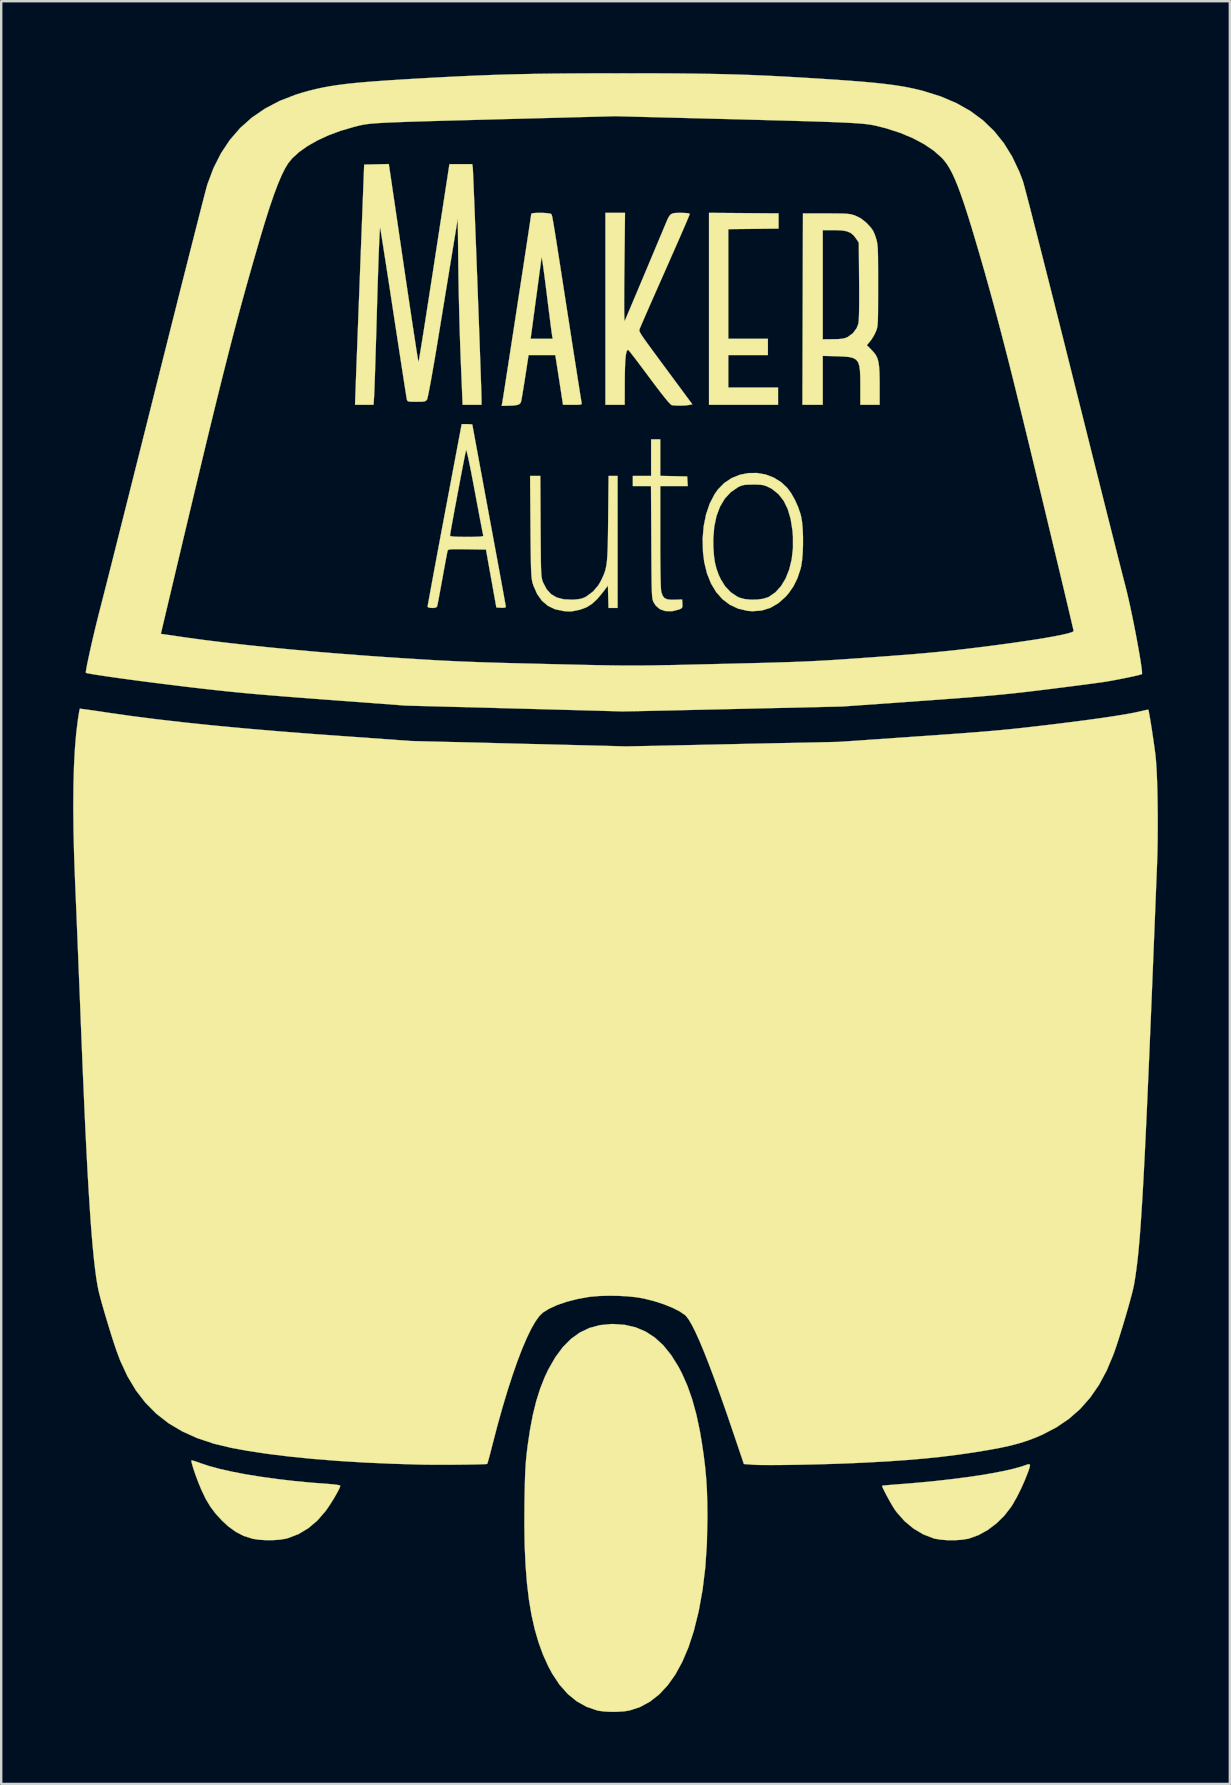
<source format=kicad_pcb>
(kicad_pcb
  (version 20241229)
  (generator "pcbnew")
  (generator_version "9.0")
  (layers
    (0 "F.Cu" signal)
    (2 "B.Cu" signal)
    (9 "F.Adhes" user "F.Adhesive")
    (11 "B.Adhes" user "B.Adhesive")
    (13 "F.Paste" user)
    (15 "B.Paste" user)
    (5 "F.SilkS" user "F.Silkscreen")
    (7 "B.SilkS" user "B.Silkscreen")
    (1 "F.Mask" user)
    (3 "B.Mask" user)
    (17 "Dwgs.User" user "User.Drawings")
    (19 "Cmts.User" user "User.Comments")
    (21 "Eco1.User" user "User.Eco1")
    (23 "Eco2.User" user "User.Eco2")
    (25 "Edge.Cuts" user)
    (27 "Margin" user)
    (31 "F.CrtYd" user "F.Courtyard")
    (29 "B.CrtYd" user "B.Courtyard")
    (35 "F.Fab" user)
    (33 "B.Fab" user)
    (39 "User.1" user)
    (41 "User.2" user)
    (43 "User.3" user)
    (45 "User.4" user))
  (footprint "ma_silk"
    (layer "F.Cu")
    (at 22.606 34.143)
    (property "Reference" "ma_silk" (at 0 0 0) (layer "F.SilkS") (effects (font (size 1.524 1.524) (thickness 0.3))))
    (attr through_hole)
    (fp_poly (pts (xy 6.795 -28.3) (xy 6.795 -27.665) (xy 4.699 -27.642) (xy 4.699 -23.072) (xy 6.35 -23.072) (xy 6.35 -22.394) (xy 4.699 -22.394) (xy 4.699 -21.04) (xy 6.773 -21.04) (xy 6.773 -20.32) (xy 3.895 -20.32) (xy 3.895 -28.322) (xy 6.795 -28.3)) (stroke (width 0.01) (type solid)) (fill yes) (layer "F.SilkS"))
    (fp_poly (pts (xy 1.863 -17.359) (xy 2.424 -17.347) (xy 2.985 -17.335) (xy 2.997 -17.134) (xy 3.01 -16.933) (xy 1.863 -16.933) (xy 1.863 -14.806) (xy 1.864 -14.263) (xy 1.867 -13.787) (xy 1.871 -13.382) (xy 1.878 -13.05) (xy 1.886 -12.795) (xy 1.895 -12.618) (xy 1.907 -12.523) (xy 1.908 -12.517) (xy 1.964 -12.364) (xy 2.039 -12.266) (xy 2.153 -12.214) (xy 2.322 -12.195) (xy 2.447 -12.196) (xy 2.773 -12.206) (xy 2.786 -12.029) (xy 2.788 -11.914) (xy 2.762 -11.851) (xy 2.69 -11.807) (xy 2.659 -11.794) (xy 2.375 -11.72) (xy 2.089 -11.723) (xy 2.061 -11.727) (xy 1.844 -11.805) (xy 1.674 -11.953) (xy 1.587 -12.089) (xy 1.569 -12.128) (xy 1.554 -12.172) (xy 1.541 -12.227) (xy 1.53 -12.302) (xy 1.521 -12.403) (xy 1.514 -12.537) (xy 1.508 -12.711) (xy 1.504 -12.932) (xy 1.5 -13.207) (xy 1.497 -13.544) (xy 1.494 -13.949) (xy 1.491 -14.429) (xy 1.491 -14.594) (xy 1.478 -16.933) (xy 0.72 -16.933) (xy 0.72 -17.357) (xy 1.482 -17.357) (xy 1.482 -18.881) (xy 1.863 -18.881) (xy 1.863 -17.359)) (stroke (width 0.01) (type solid)) (fill yes) (layer "F.SilkS"))
    (fp_poly (pts (xy -17.632 23.68) (xy -17.527 23.711) (xy -17.381 23.761) (xy -17.312 23.787) (xy -16.942 23.911) (xy -16.496 24.032) (xy -15.983 24.147) (xy -15.409 24.257) (xy -14.785 24.358) (xy -14.117 24.451) (xy -13.415 24.533) (xy -12.687 24.603) (xy -11.94 24.66) (xy -11.906 24.663) (xy -11.723 24.679) (xy -11.579 24.699) (xy -11.491 24.72) (xy -11.472 24.734) (xy -11.495 24.807) (xy -11.556 24.935) (xy -11.646 25.1) (xy -11.755 25.288) (xy -11.876 25.481) (xy -11.997 25.663) (xy -12.093 25.797) (xy -12.43 26.184) (xy -12.805 26.502) (xy -13.212 26.746) (xy -13.646 26.913) (xy -13.759 26.943) (xy -13.997 26.981) (xy -14.284 27) (xy -14.589 27) (xy -14.878 26.981) (xy -15.119 26.944) (xy -15.134 26.94) (xy -15.496 26.825) (xy -15.828 26.655) (xy -16.148 26.422) (xy -16.404 26.185) (xy -16.665 25.901) (xy -16.885 25.609) (xy -17.078 25.288) (xy -17.257 24.915) (xy -17.347 24.701) (xy -17.438 24.468) (xy -17.521 24.241) (xy -17.591 24.035) (xy -17.643 23.862) (xy -17.674 23.738) (xy -17.679 23.677) (xy -17.677 23.674) (xy -17.632 23.68)) (stroke (width 0.01) (type solid)) (fill yes) (layer "F.SilkS"))
    (fp_poly (pts (xy 17.274 23.882) (xy 17.254 23.982) (xy 17.197 24.149) (xy 17.185 24.183) (xy 17.052 24.518) (xy 16.896 24.866) (xy 16.73 25.198) (xy 16.566 25.489) (xy 16.489 25.612) (xy 16.206 25.978) (xy 15.875 26.303) (xy 15.51 26.578) (xy 15.127 26.79) (xy 14.738 26.931) (xy 14.69 26.943) (xy 14.44 26.983) (xy 14.147 27.003) (xy 13.84 27.002) (xy 13.55 26.98) (xy 13.305 26.939) (xy 13.262 26.927) (xy 12.825 26.759) (xy 12.415 26.515) (xy 12.041 26.203) (xy 11.712 25.83) (xy 11.664 25.764) (xy 11.589 25.65) (xy 11.499 25.5) (xy 11.402 25.33) (xy 11.306 25.155) (xy 11.221 24.991) (xy 11.154 24.856) (xy 11.116 24.764) (xy 11.11 24.732) (xy 11.154 24.726) (xy 11.269 24.714) (xy 11.442 24.699) (xy 11.66 24.681) (xy 11.91 24.661) (xy 11.933 24.66) (xy 12.646 24.601) (xy 13.337 24.534) (xy 13.997 24.459) (xy 14.621 24.379) (xy 15.2 24.295) (xy 15.728 24.206) (xy 16.197 24.115) (xy 16.6 24.022) (xy 16.93 23.929) (xy 17.083 23.875) (xy 17.192 23.839) (xy 17.255 23.838) (xy 17.274 23.882)) (stroke (width 0.01) (type solid)) (fill yes) (layer "F.SilkS"))
    (fp_poly (pts (xy -3.124 -15.251) (xy -3.121 -14.774) (xy -3.118 -14.375) (xy -3.115 -14.045) (xy -3.112 -13.776) (xy -3.107 -13.561) (xy -3.101 -13.392) (xy -3.093 -13.261) (xy -3.084 -13.161) (xy -3.071 -13.083) (xy -3.056 -13.02) (xy -3.038 -12.964) (xy -3.016 -12.908) (xy -3.011 -12.896) (xy -2.869 -12.628) (xy -2.684 -12.427) (xy -2.45 -12.29) (xy -2.162 -12.215) (xy -1.816 -12.198) (xy -1.757 -12.2) (xy -1.556 -12.217) (xy -1.408 -12.246) (xy -1.283 -12.296) (xy -1.214 -12.334) (xy -0.931 -12.545) (xy -0.707 -12.813) (xy -0.592 -13.019) (xy -0.531 -13.151) (xy -0.479 -13.272) (xy -0.437 -13.392) (xy -0.404 -13.52) (xy -0.377 -13.665) (xy -0.356 -13.836) (xy -0.341 -14.043) (xy -0.329 -14.294) (xy -0.321 -14.599) (xy -0.315 -14.967) (xy -0.309 -15.408) (xy -0.308 -15.589) (xy -0.29 -17.357) (xy 0.085 -17.357) (xy 0.085 -11.853) (xy -0.294 -11.853) (xy -0.306 -12.32) (xy -0.318 -12.786) (xy -0.543 -12.49) (xy -0.767 -12.222) (xy -0.985 -12.022) (xy -1.216 -11.879) (xy -1.48 -11.781) (xy -1.798 -11.716) (xy -1.841 -11.71) (xy -1.929 -11.708) (xy -2.065 -11.715) (xy -2.18 -11.726) (xy -2.525 -11.801) (xy -2.82 -11.942) (xy -3.067 -12.152) (xy -3.267 -12.432) (xy -3.421 -12.782) (xy -3.459 -12.9) (xy -3.475 -12.966) (xy -3.489 -13.046) (xy -3.501 -13.148) (xy -3.511 -13.279) (xy -3.519 -13.446) (xy -3.526 -13.658) (xy -3.531 -13.923) (xy -3.536 -14.247) (xy -3.541 -14.638) (xy -3.545 -15.104) (xy -3.546 -15.251) (xy -3.562 -17.357) (xy -3.136 -17.357) (xy -3.124 -15.251)) (stroke (width 0.01) (type solid)) (fill yes) (layer "F.SilkS"))
    (fp_poly (pts (xy 0.386 18.026) (xy 0.838 18.131) (xy 1.254 18.307) (xy 1.638 18.557) (xy 1.992 18.883) (xy 2.318 19.286) (xy 2.62 19.768) (xy 2.765 20.045) (xy 2.996 20.567) (xy 3.197 21.14) (xy 3.37 21.771) (xy 3.518 22.471) (xy 3.598 22.945) (xy 3.675 23.471) (xy 3.734 23.958) (xy 3.778 24.428) (xy 3.807 24.906) (xy 3.823 25.416) (xy 3.829 25.983) (xy 3.829 26.077) (xy 3.807 27.138) (xy 3.741 28.132) (xy 3.628 29.064) (xy 3.47 29.942) (xy 3.266 30.77) (xy 3.257 30.8) (xy 3.037 31.471) (xy 2.782 32.071) (xy 2.494 32.598) (xy 2.172 33.051) (xy 1.82 33.429) (xy 1.436 33.73) (xy 1.023 33.954) (xy 0.592 34.097) (xy 0.366 34.134) (xy 0.09 34.153) (xy -0.202 34.156) (xy -0.481 34.141) (xy -0.716 34.109) (xy -0.762 34.099) (xy -1.205 33.948) (xy -1.614 33.72) (xy -1.989 33.414) (xy -2.33 33.031) (xy -2.637 32.57) (xy -2.807 32.253) (xy -3.022 31.775) (xy -3.208 31.266) (xy -3.367 30.72) (xy -3.5 30.132) (xy -3.608 29.494) (xy -3.691 28.803) (xy -3.75 28.051) (xy -3.787 27.234) (xy -3.801 26.345) (xy -3.796 25.485) (xy -3.788 25.04) (xy -3.78 24.666) (xy -3.771 24.35) (xy -3.759 24.079) (xy -3.745 23.838) (xy -3.727 23.615) (xy -3.704 23.396) (xy -3.677 23.167) (xy -3.668 23.093) (xy -3.564 22.392) (xy -3.444 21.765) (xy -3.304 21.198) (xy -3.141 20.683) (xy -2.953 20.207) (xy -2.799 19.881) (xy -2.512 19.38) (xy -2.2 18.958) (xy -1.861 18.615) (xy -1.492 18.349) (xy -1.091 18.157) (xy -0.655 18.039) (xy -0.183 17.993) (xy -0.103 17.992) (xy 0.386 18.026)) (stroke (width 0.01) (type solid)) (fill yes) (layer "F.SilkS"))
    (fp_poly (pts (xy 6.256 -17.416) (xy 6.597 -17.286) (xy 6.911 -17.089) (xy 7.155 -16.859) (xy 7.317 -16.64) (xy 7.472 -16.365) (xy 7.608 -16.063) (xy 7.711 -15.763) (xy 7.733 -15.675) (xy 7.774 -15.438) (xy 7.8 -15.144) (xy 7.813 -14.814) (xy 7.813 -14.471) (xy 7.8 -14.137) (xy 7.774 -13.833) (xy 7.735 -13.581) (xy 7.714 -13.492) (xy 7.583 -13.097) (xy 7.42 -12.763) (xy 7.215 -12.468) (xy 7.082 -12.315) (xy 6.776 -12.045) (xy 6.445 -11.855) (xy 6.089 -11.746) (xy 5.706 -11.717) (xy 5.501 -11.733) (xy 5.114 -11.823) (xy 4.765 -11.986) (xy 4.457 -12.218) (xy 4.194 -12.516) (xy 3.978 -12.876) (xy 3.811 -13.294) (xy 3.696 -13.767) (xy 3.644 -14.186) (xy 3.63 -14.734) (xy 4.073 -14.734) (xy 4.077 -14.393) (xy 4.101 -14.039) (xy 4.143 -13.744) (xy 4.209 -13.481) (xy 4.303 -13.225) (xy 4.383 -13.053) (xy 4.568 -12.754) (xy 4.803 -12.507) (xy 5.073 -12.326) (xy 5.177 -12.279) (xy 5.387 -12.223) (xy 5.638 -12.199) (xy 5.902 -12.203) (xy 6.15 -12.237) (xy 6.352 -12.298) (xy 6.386 -12.314) (xy 6.66 -12.503) (xy 6.895 -12.762) (xy 7.089 -13.082) (xy 7.238 -13.456) (xy 7.341 -13.877) (xy 7.394 -14.337) (xy 7.394 -14.83) (xy 7.374 -15.082) (xy 7.298 -15.564) (xy 7.176 -15.976) (xy 7.008 -16.319) (xy 6.792 -16.596) (xy 6.528 -16.808) (xy 6.398 -16.88) (xy 6.276 -16.935) (xy 6.166 -16.97) (xy 6.042 -16.988) (xy 5.877 -16.996) (xy 5.736 -16.997) (xy 5.532 -16.994) (xy 5.387 -16.984) (xy 5.276 -16.961) (xy 5.174 -16.922) (xy 5.099 -16.884) (xy 4.802 -16.68) (xy 4.553 -16.409) (xy 4.354 -16.076) (xy 4.207 -15.683) (xy 4.113 -15.234) (xy 4.073 -14.734) (xy 3.63 -14.734) (xy 3.63 -14.735) (xy 3.674 -15.26) (xy 3.772 -15.751) (xy 3.922 -16.196) (xy 4.123 -16.587) (xy 4.269 -16.795) (xy 4.534 -17.064) (xy 4.841 -17.267) (xy 5.179 -17.404) (xy 5.535 -17.475) (xy 5.897 -17.479) (xy 6.256 -17.416)) (stroke (width 0.01) (type solid)) (fill yes) (layer "F.SilkS"))
    (fp_poly (pts (xy 0.368 -26.024) (xy 0.363 -25.509) (xy 0.36 -25.055) (xy 0.358 -24.666) (xy 0.359 -24.346) (xy 0.362 -24.097) (xy 0.367 -23.924) (xy 0.374 -23.828) (xy 0.381 -23.812) (xy 0.405 -23.866) (xy 0.457 -23.989) (xy 0.534 -24.172) (xy 0.633 -24.405) (xy 0.749 -24.681) (xy 0.879 -24.989) (xy 1.019 -25.32) (xy 1.164 -25.666) (xy 1.312 -26.017) (xy 1.458 -26.365) (xy 1.599 -26.7) (xy 1.73 -27.013) (xy 1.848 -27.295) (xy 1.95 -27.537) (xy 2.03 -27.729) (xy 2.065 -27.813) (xy 2.152 -28.02) (xy 2.222 -28.161) (xy 2.292 -28.25) (xy 2.376 -28.297) (xy 2.491 -28.317) (xy 2.653 -28.321) (xy 2.716 -28.321) (xy 2.885 -28.317) (xy 3.013 -28.305) (xy 3.083 -28.289) (xy 3.09 -28.281) (xy 3.084 -28.254) (xy 3.062 -28.195) (xy 3.024 -28.1) (xy 2.967 -27.965) (xy 2.89 -27.784) (xy 2.79 -27.555) (xy 2.667 -27.271) (xy 2.517 -26.93) (xy 2.339 -26.526) (xy 2.132 -26.056) (xy 1.893 -25.515) (xy 1.767 -25.231) (xy 1.61 -24.876) (xy 1.463 -24.542) (xy 1.33 -24.239) (xy 1.215 -23.975) (xy 1.121 -23.758) (xy 1.051 -23.596) (xy 1.01 -23.498) (xy 1.001 -23.474) (xy 0.994 -23.447) (xy 0.992 -23.419) (xy 0.999 -23.384) (xy 1.02 -23.336) (xy 1.059 -23.268) (xy 1.12 -23.174) (xy 1.206 -23.049) (xy 1.323 -22.886) (xy 1.473 -22.68) (xy 1.662 -22.423) (xy 1.892 -22.111) (xy 2.168 -21.738) (xy 3.201 -20.341) (xy 3.05 -20.312) (xy 2.901 -20.294) (xy 2.711 -20.287) (xy 2.519 -20.29) (xy 2.364 -20.303) (xy 2.342 -20.307) (xy 2.288 -20.346) (xy 2.189 -20.452) (xy 2.045 -20.626) (xy 1.855 -20.867) (xy 1.619 -21.178) (xy 1.411 -21.457) (xy 1.209 -21.728) (xy 1.022 -21.977) (xy 0.857 -22.196) (xy 0.718 -22.376) (xy 0.614 -22.51) (xy 0.549 -22.589) (xy 0.531 -22.608) (xy 0.488 -22.597) (xy 0.453 -22.518) (xy 0.425 -22.367) (xy 0.405 -22.143) (xy 0.392 -21.841) (xy 0.385 -21.459) (xy 0.384 -21.304) (xy 0.381 -20.32) (xy -0.423 -20.32) (xy -0.423 -28.321) (xy 0.394 -28.321) (xy 0.368 -26.024)) (stroke (width 0.01) (type solid)) (fill yes) (layer "F.SilkS"))
    (fp_poly (pts (xy 8.784 -28.298) (xy 9.1 -28.297) (xy 9.343 -28.294) (xy 9.529 -28.289) (xy 9.669 -28.28) (xy 9.777 -28.267) (xy 9.865 -28.247) (xy 9.948 -28.221) (xy 10.012 -28.197) (xy 10.218 -28.095) (xy 10.413 -27.945) (xy 10.507 -27.854) (xy 10.643 -27.705) (xy 10.735 -27.573) (xy 10.804 -27.422) (xy 10.845 -27.299) (xy 10.87 -27.218) (xy 10.89 -27.142) (xy 10.906 -27.061) (xy 10.918 -26.966) (xy 10.928 -26.847) (xy 10.934 -26.695) (xy 10.939 -26.502) (xy 10.941 -26.257) (xy 10.943 -25.953) (xy 10.943 -25.578) (xy 10.943 -25.294) (xy 10.943 -24.871) (xy 10.942 -24.523) (xy 10.941 -24.242) (xy 10.938 -24.019) (xy 10.933 -23.846) (xy 10.926 -23.714) (xy 10.916 -23.613) (xy 10.903 -23.535) (xy 10.886 -23.471) (xy 10.865 -23.412) (xy 10.848 -23.368) (xy 10.767 -23.203) (xy 10.667 -23.042) (xy 10.612 -22.97) (xy 10.473 -22.806) (xy 10.673 -22.605) (xy 10.776 -22.494) (xy 10.855 -22.383) (xy 10.914 -22.26) (xy 10.956 -22.111) (xy 10.983 -21.924) (xy 10.999 -21.686) (xy 11.006 -21.386) (xy 11.007 -21.138) (xy 11.007 -20.32) (xy 10.202 -20.32) (xy 10.202 -21.105) (xy 10.2 -21.457) (xy 10.189 -21.733) (xy 10.16 -21.944) (xy 10.108 -22.098) (xy 10.023 -22.205) (xy 9.9 -22.273) (xy 9.731 -22.313) (xy 9.508 -22.334) (xy 9.223 -22.344) (xy 9.218 -22.345) (xy 8.636 -22.36) (xy 8.636 -20.32) (xy 7.789 -20.32) (xy 7.8 -24.31) (xy 7.809 -27.601) (xy 8.636 -27.601) (xy 8.636 -25.326) (xy 8.636 -23.05) (xy 9.07 -23.055) (xy 9.288 -23.06) (xy 9.444 -23.074) (xy 9.563 -23.1) (xy 9.666 -23.142) (xy 9.681 -23.15) (xy 9.892 -23.303) (xy 10.048 -23.515) (xy 10.116 -23.686) (xy 10.13 -23.77) (xy 10.141 -23.918) (xy 10.149 -24.132) (xy 10.153 -24.417) (xy 10.155 -24.777) (xy 10.154 -25.215) (xy 10.152 -25.467) (xy 10.139 -27.078) (xy 10.022 -27.254) (xy 9.913 -27.393) (xy 9.789 -27.491) (xy 9.633 -27.554) (xy 9.428 -27.589) (xy 9.16 -27.601) (xy 9.103 -27.601) (xy 8.636 -27.601) (xy 7.809 -27.601) (xy 7.811 -28.3) (xy 8.784 -28.298)) (stroke (width 0.01) (type solid)) (fill yes) (layer "F.SilkS"))
    (fp_poly (pts (xy -6.067 -19.512) (xy -5.986 -19.503) (xy -5.969 -19.495) (xy -5.961 -19.451) (xy -5.94 -19.33) (xy -5.904 -19.138) (xy -5.857 -18.88) (xy -5.799 -18.562) (xy -5.73 -18.191) (xy -5.653 -17.771) (xy -5.567 -17.31) (xy -5.476 -16.813) (xy -5.378 -16.285) (xy -5.276 -15.734) (xy -5.271 -15.706) (xy -5.168 -15.152) (xy -5.07 -14.622) (xy -4.978 -14.122) (xy -4.892 -13.657) (xy -4.814 -13.233) (xy -4.745 -12.857) (xy -4.686 -12.534) (xy -4.638 -12.27) (xy -4.603 -12.071) (xy -4.58 -11.944) (xy -4.572 -11.893) (xy -4.572 -11.893) (xy -4.611 -11.868) (xy -4.714 -11.859) (xy -4.77 -11.862) (xy -4.968 -11.874) (xy -5.401 -14.287) (xy -6.19 -14.299) (xy -6.468 -14.302) (xy -6.672 -14.303) (xy -6.815 -14.3) (xy -6.908 -14.292) (xy -6.963 -14.278) (xy -6.99 -14.258) (xy -7 -14.236) (xy -7.014 -14.175) (xy -7.04 -14.043) (xy -7.076 -13.851) (xy -7.12 -13.612) (xy -7.171 -13.338) (xy -7.217 -13.081) (xy -7.271 -12.786) (xy -7.321 -12.516) (xy -7.364 -12.283) (xy -7.399 -12.099) (xy -7.424 -11.976) (xy -7.434 -11.927) (xy -7.473 -11.878) (xy -7.562 -11.856) (xy -7.644 -11.853) (xy -7.775 -11.865) (xy -7.832 -11.898) (xy -7.834 -11.906) (xy -7.827 -11.955) (xy -7.805 -12.08) (xy -7.769 -12.278) (xy -7.721 -12.54) (xy -7.662 -12.862) (xy -7.593 -13.237) (xy -7.514 -13.659) (xy -7.428 -14.124) (xy -7.334 -14.623) (xy -7.289 -14.866) (xy -6.9 -14.866) (xy -6.873 -14.846) (xy -6.786 -14.832) (xy -6.633 -14.822) (xy -6.407 -14.818) (xy -6.197 -14.817) (xy -5.928 -14.818) (xy -5.733 -14.823) (xy -5.605 -14.832) (xy -5.535 -14.845) (xy -5.512 -14.864) (xy -5.513 -14.87) (xy -5.525 -14.921) (xy -5.55 -15.047) (xy -5.587 -15.239) (xy -5.635 -15.487) (xy -5.691 -15.784) (xy -5.754 -16.119) (xy -5.823 -16.485) (xy -5.866 -16.715) (xy -5.949 -17.157) (xy -6.023 -17.54) (xy -6.088 -17.86) (xy -6.141 -18.113) (xy -6.184 -18.295) (xy -6.213 -18.403) (xy -6.23 -18.431) (xy -6.231 -18.429) (xy -6.244 -18.374) (xy -6.271 -18.246) (xy -6.309 -18.057) (xy -6.356 -17.816) (xy -6.41 -17.536) (xy -6.469 -17.225) (xy -6.531 -16.896) (xy -6.595 -16.559) (xy -6.657 -16.225) (xy -6.717 -15.905) (xy -6.771 -15.609) (xy -6.819 -15.348) (xy -6.857 -15.132) (xy -6.884 -14.974) (xy -6.899 -14.882) (xy -6.9 -14.866) (xy -7.289 -14.866) (xy -7.235 -15.153) (xy -7.131 -15.706) (xy -7.125 -15.737) (xy -6.413 -19.515) (xy -6.191 -19.515) (xy -6.067 -19.512)) (stroke (width 0.01) (type solid)) (fill yes) (layer "F.SilkS"))
    (fp_poly (pts (xy -3.072 -28.321) (xy -2.915 -28.314) (xy -2.782 -28.3) (xy -2.696 -28.28) (xy -2.678 -28.268) (xy -2.671 -28.257) (xy -2.663 -28.242) (xy -2.655 -28.217) (xy -2.645 -28.178) (xy -2.632 -28.12) (xy -2.617 -28.038) (xy -2.597 -27.928) (xy -2.573 -27.785) (xy -2.543 -27.605) (xy -2.507 -27.382) (xy -2.464 -27.112) (xy -2.414 -26.791) (xy -2.355 -26.413) (xy -2.286 -25.974) (xy -2.208 -25.47) (xy -2.119 -24.895) (xy -2.018 -24.245) (xy -1.924 -23.643) (xy -1.846 -23.137) (xy -1.771 -22.653) (xy -1.7 -22.199) (xy -1.634 -21.781) (xy -1.576 -21.406) (xy -1.524 -21.081) (xy -1.482 -20.813) (xy -1.449 -20.608) (xy -1.427 -20.474) (xy -1.417 -20.416) (xy -1.417 -20.415) (xy -1.41 -20.371) (xy -1.425 -20.343) (xy -1.476 -20.328) (xy -1.578 -20.321) (xy -1.747 -20.32) (xy -1.792 -20.32) (xy -2.189 -20.32) (xy -2.259 -20.775) (xy -2.294 -21.002) (xy -2.336 -21.276) (xy -2.381 -21.563) (xy -2.42 -21.812) (xy -2.511 -22.394) (xy -3.625 -22.394) (xy -3.764 -21.495) (xy -3.807 -21.221) (xy -3.848 -20.968) (xy -3.883 -20.751) (xy -3.912 -20.585) (xy -3.93 -20.484) (xy -3.934 -20.468) (xy -3.965 -20.391) (xy -4.024 -20.339) (xy -4.127 -20.307) (xy -4.288 -20.289) (xy -4.48 -20.283) (xy -4.748 -20.278) (xy -4.724 -20.394) (xy -4.714 -20.454) (xy -4.692 -20.59) (xy -4.66 -20.793) (xy -4.618 -21.058) (xy -4.569 -21.378) (xy -4.512 -21.744) (xy -4.449 -22.15) (xy -4.381 -22.589) (xy -4.31 -23.053) (xy -4.307 -23.072) (xy -3.54 -23.072) (xy -2.618 -23.072) (xy -2.641 -23.188) (xy -2.651 -23.255) (xy -2.671 -23.396) (xy -2.698 -23.602) (xy -2.731 -23.862) (xy -2.77 -24.166) (xy -2.813 -24.504) (xy -2.858 -24.868) (xy -2.866 -24.934) (xy -2.911 -25.291) (xy -2.953 -25.617) (xy -2.991 -25.903) (xy -3.024 -26.14) (xy -3.051 -26.322) (xy -3.07 -26.438) (xy -3.08 -26.482) (xy -3.081 -26.48) (xy -3.089 -26.42) (xy -3.108 -26.286) (xy -3.134 -26.087) (xy -3.169 -25.833) (xy -3.209 -25.533) (xy -3.254 -25.197) (xy -3.303 -24.835) (xy -3.317 -24.733) (xy -3.54 -23.072) (xy -4.307 -23.072) (xy -4.235 -23.536) (xy -4.159 -24.031) (xy -4.083 -24.53) (xy -4.007 -25.026) (xy -3.932 -25.512) (xy -3.86 -25.981) (xy -3.792 -26.427) (xy -3.729 -26.84) (xy -3.672 -27.216) (xy -3.622 -27.546) (xy -3.58 -27.824) (xy -3.548 -28.041) (xy -3.525 -28.193) (xy -3.515 -28.27) (xy -3.514 -28.278) (xy -3.475 -28.3) (xy -3.374 -28.315) (xy -3.233 -28.322) (xy -3.072 -28.321)) (stroke (width 0.01) (type solid)) (fill yes) (layer "F.SilkS"))
    (fp_poly (pts (xy -9.43 -30.217) (xy -9.421 -30.156) (xy -9.4 -30.017) (xy -9.369 -29.806) (xy -9.328 -29.53) (xy -9.279 -29.193) (xy -9.221 -28.804) (xy -9.157 -28.366) (xy -9.086 -27.887) (xy -9.011 -27.372) (xy -8.931 -26.828) (xy -8.847 -26.26) (xy -8.822 -26.088) (xy -8.738 -25.518) (xy -8.657 -24.972) (xy -8.58 -24.456) (xy -8.508 -23.976) (xy -8.442 -23.538) (xy -8.382 -23.147) (xy -8.33 -22.809) (xy -8.287 -22.53) (xy -8.252 -22.315) (xy -8.228 -22.171) (xy -8.215 -22.103) (xy -8.213 -22.098) (xy -8.204 -22.139) (xy -8.183 -22.258) (xy -8.151 -22.449) (xy -8.108 -22.708) (xy -8.057 -23.027) (xy -7.997 -23.402) (xy -7.93 -23.826) (xy -7.857 -24.295) (xy -7.778 -24.802) (xy -7.694 -25.343) (xy -7.606 -25.91) (xy -7.558 -26.226) (xy -6.924 -30.353) (xy -6.448 -30.353) (xy -5.973 -30.353) (xy -5.952 -30.215) (xy -5.948 -30.157) (xy -5.941 -30.021) (xy -5.932 -29.814) (xy -5.92 -29.541) (xy -5.907 -29.211) (xy -5.891 -28.828) (xy -5.874 -28.401) (xy -5.856 -27.936) (xy -5.837 -27.438) (xy -5.816 -26.916) (xy -5.796 -26.374) (xy -5.775 -25.821) (xy -5.753 -25.263) (xy -5.733 -24.705) (xy -5.712 -24.156) (xy -5.692 -23.62) (xy -5.673 -23.106) (xy -5.656 -22.619) (xy -5.64 -22.167) (xy -5.625 -21.755) (xy -5.613 -21.391) (xy -5.602 -21.081) (xy -5.594 -20.831) (xy -5.589 -20.649) (xy -5.587 -20.54) (xy -5.587 -20.521) (xy -5.588 -20.32) (xy -6.374 -20.32) (xy -6.452 -22.193) (xy -6.47 -22.665) (xy -6.488 -23.199) (xy -6.505 -23.773) (xy -6.52 -24.364) (xy -6.534 -24.95) (xy -6.544 -25.508) (xy -6.552 -26.016) (xy -6.553 -26.077) (xy -6.576 -28.088) (xy -6.78 -26.839) (xy -6.827 -26.555) (xy -6.885 -26.201) (xy -6.952 -25.789) (xy -7.027 -25.332) (xy -7.107 -24.845) (xy -7.19 -24.339) (xy -7.273 -23.828) (xy -7.356 -23.325) (xy -7.39 -23.114) (xy -7.469 -22.636) (xy -7.544 -22.191) (xy -7.615 -21.785) (xy -7.678 -21.424) (xy -7.735 -21.116) (xy -7.782 -20.866) (xy -7.82 -20.683) (xy -7.846 -20.572) (xy -7.857 -20.542) (xy -7.894 -20.497) (xy -7.944 -20.468) (xy -8.028 -20.453) (xy -8.164 -20.448) (xy -8.298 -20.447) (xy -8.478 -20.448) (xy -8.592 -20.455) (xy -8.655 -20.471) (xy -8.685 -20.501) (xy -8.699 -20.542) (xy -8.708 -20.598) (xy -8.73 -20.731) (xy -8.762 -20.935) (xy -8.804 -21.203) (xy -8.854 -21.53) (xy -8.913 -21.909) (xy -8.978 -22.333) (xy -9.049 -22.796) (xy -9.125 -23.291) (xy -9.205 -23.813) (xy -9.25 -24.109) (xy -9.332 -24.643) (xy -9.41 -25.156) (xy -9.485 -25.64) (xy -9.554 -26.088) (xy -9.618 -26.496) (xy -9.674 -26.855) (xy -9.722 -27.16) (xy -9.761 -27.404) (xy -9.79 -27.581) (xy -9.808 -27.683) (xy -9.812 -27.706) (xy -9.819 -27.685) (xy -9.827 -27.585) (xy -9.837 -27.412) (xy -9.848 -27.172) (xy -9.861 -26.871) (xy -9.875 -26.515) (xy -9.889 -26.108) (xy -9.904 -25.658) (xy -9.92 -25.171) (xy -9.935 -24.651) (xy -9.941 -24.468) (xy -9.956 -23.93) (xy -9.971 -23.41) (xy -9.986 -22.913) (xy -10.001 -22.448) (xy -10.014 -22.022) (xy -10.026 -21.641) (xy -10.038 -21.314) (xy -10.047 -21.048) (xy -10.055 -20.85) (xy -10.061 -20.728) (xy -10.061 -20.712) (xy -10.087 -20.32) (xy -10.858 -20.32) (xy -10.844 -20.733) (xy -10.841 -20.831) (xy -10.834 -21.007) (xy -10.825 -21.256) (xy -10.813 -21.572) (xy -10.799 -21.947) (xy -10.782 -22.377) (xy -10.764 -22.854) (xy -10.744 -23.374) (xy -10.723 -23.929) (xy -10.701 -24.514) (xy -10.677 -25.122) (xy -10.654 -25.739) (xy -10.477 -30.332) (xy -9.452 -30.356) (xy -9.43 -30.217)) (stroke (width 0.01) (type solid)) (fill yes) (layer "F.SilkS"))
    (fp_poly (pts (xy -22.287 -7.651) (xy -22.172 -7.636) (xy -21.995 -7.612) (xy -21.767 -7.58) (xy -21.499 -7.541) (xy -21.204 -7.496) (xy -20.209 -7.354) (xy -19.136 -7.216) (xy -17.984 -7.083) (xy -16.753 -6.955) (xy -15.441 -6.832) (xy -14.047 -6.713) (xy -12.569 -6.598) (xy -12.052 -6.561) (xy -8.53 -6.308) (xy -4.043 -6.196) (xy 0.445 -6.083) (xy 9.292 -6.271) (xy 12.636 -6.502) (xy 13.294 -6.547) (xy 13.877 -6.589) (xy 14.396 -6.626) (xy 14.861 -6.662) (xy 15.282 -6.695) (xy 15.67 -6.728) (xy 16.035 -6.761) (xy 16.388 -6.795) (xy 16.737 -6.831) (xy 17.094 -6.87) (xy 17.469 -6.913) (xy 17.872 -6.96) (xy 18.098 -6.987) (xy 18.889 -7.085) (xy 19.597 -7.176) (xy 20.222 -7.262) (xy 20.763 -7.342) (xy 21.221 -7.416) (xy 21.595 -7.484) (xy 21.884 -7.547) (xy 21.944 -7.561) (xy 22.077 -7.593) (xy 22.172 -7.611) (xy 22.205 -7.612) (xy 22.219 -7.564) (xy 22.242 -7.446) (xy 22.273 -7.272) (xy 22.309 -7.056) (xy 22.348 -6.812) (xy 22.387 -6.553) (xy 22.425 -6.294) (xy 22.46 -6.049) (xy 22.489 -5.831) (xy 22.503 -5.715) (xy 22.529 -5.441) (xy 22.551 -5.095) (xy 22.569 -4.689) (xy 22.583 -4.237) (xy 22.592 -3.75) (xy 22.598 -3.242) (xy 22.598 -2.725) (xy 22.595 -2.212) (xy 22.586 -1.715) (xy 22.572 -1.246) (xy 22.569 -1.163) (xy 22.513 0.235) (xy 22.46 1.552) (xy 22.41 2.79) (xy 22.363 3.952) (xy 22.318 5.041) (xy 22.275 6.059) (xy 22.235 7.009) (xy 22.196 7.895) (xy 22.16 8.718) (xy 22.125 9.482) (xy 22.092 10.19) (xy 22.06 10.844) (xy 22.029 11.448) (xy 22 12.003) (xy 21.971 12.513) (xy 21.943 12.981) (xy 21.916 13.41) (xy 21.889 13.802) (xy 21.863 14.16) (xy 21.837 14.487) (xy 21.81 14.786) (xy 21.784 15.059) (xy 21.757 15.31) (xy 21.73 15.541) (xy 21.702 15.756) (xy 21.674 15.956) (xy 21.645 16.145) (xy 21.614 16.325) (xy 21.608 16.362) (xy 21.572 16.53) (xy 21.514 16.763) (xy 21.437 17.048) (xy 21.347 17.369) (xy 21.248 17.711) (xy 21.143 18.061) (xy 21.037 18.404) (xy 20.936 18.725) (xy 20.841 19.009) (xy 20.759 19.241) (xy 20.752 19.262) (xy 20.469 19.934) (xy 20.146 20.534) (xy 19.779 21.065) (xy 19.364 21.534) (xy 18.898 21.943) (xy 18.374 22.299) (xy 17.79 22.604) (xy 17.493 22.731) (xy 17.168 22.854) (xy 16.835 22.96) (xy 16.476 23.055) (xy 16.071 23.144) (xy 15.602 23.232) (xy 15.557 23.24) (xy 14.902 23.348) (xy 14.246 23.442) (xy 13.579 23.525) (xy 12.886 23.597) (xy 12.155 23.659) (xy 11.374 23.714) (xy 10.53 23.761) (xy 9.906 23.79) (xy 9.491 23.807) (xy 9.052 23.822) (xy 8.6 23.835) (xy 8.145 23.847) (xy 7.698 23.856) (xy 7.27 23.863) (xy 6.871 23.868) (xy 6.512 23.87) (xy 6.203 23.869) (xy 5.955 23.866) (xy 5.78 23.859) (xy 5.754 23.857) (xy 5.349 23.827) (xy 4.953 22.656) (xy 4.66 21.795) (xy 4.387 21.015) (xy 4.135 20.317) (xy 3.903 19.699) (xy 3.692 19.161) (xy 3.5 18.702) (xy 3.329 18.323) (xy 3.177 18.021) (xy 3.045 17.798) (xy 2.932 17.652) (xy 2.895 17.618) (xy 2.666 17.462) (xy 2.365 17.31) (xy 2.005 17.166) (xy 1.6 17.036) (xy 1.172 16.928) (xy 0.869 16.876) (xy 0.507 16.839) (xy 0.111 16.817) (xy -0.294 16.812) (xy -0.682 16.824) (xy -1.03 16.853) (xy -1.125 16.865) (xy -1.599 16.952) (xy -2.042 17.066) (xy -2.44 17.203) (xy -2.779 17.359) (xy -3.027 17.514) (xy -3.181 17.665) (xy -3.346 17.897) (xy -3.522 18.205) (xy -3.706 18.587) (xy -3.898 19.038) (xy -4.096 19.556) (xy -4.298 20.136) (xy -4.505 20.776) (xy -4.713 21.471) (xy -4.922 22.218) (xy -5.13 23.015) (xy -5.181 23.216) (xy -5.235 23.427) (xy -5.283 23.607) (xy -5.322 23.741) (xy -5.346 23.814) (xy -5.35 23.822) (xy -5.398 23.829) (xy -5.519 23.835) (xy -5.701 23.841) (xy -5.934 23.846) (xy -6.205 23.851) (xy -6.504 23.854) (xy -6.818 23.857) (xy -7.136 23.858) (xy -7.447 23.858) (xy -7.74 23.856) (xy -8.002 23.853) (xy -8.128 23.851) (xy -9.327 23.815) (xy -10.479 23.764) (xy -11.578 23.696) (xy -12.62 23.613) (xy -13.598 23.515) (xy -14.508 23.403) (xy -15.344 23.276) (xy -15.992 23.158) (xy -16.751 22.977) (xy -17.443 22.745) (xy -18.071 22.461) (xy -18.637 22.123) (xy -19.144 21.727) (xy -19.595 21.272) (xy -19.993 20.755) (xy -20.341 20.174) (xy -20.642 19.527) (xy -20.805 19.093) (xy -20.893 18.831) (xy -20.992 18.526) (xy -21.095 18.195) (xy -21.199 17.852) (xy -21.299 17.515) (xy -21.39 17.199) (xy -21.468 16.92) (xy -21.526 16.695) (xy -21.552 16.586) (xy -21.6 16.337) (xy -21.648 16.04) (xy -21.694 15.692) (xy -21.74 15.292) (xy -21.785 14.836) (xy -21.83 14.322) (xy -21.874 13.747) (xy -21.918 13.109) (xy -21.962 12.405) (xy -22.007 11.634) (xy -22.051 10.791) (xy -22.097 9.876) (xy -22.142 8.885) (xy -22.189 7.816) (xy -22.237 6.666) (xy -22.267 5.927) (xy -22.293 5.275) (xy -22.319 4.609) (xy -22.346 3.938) (xy -22.373 3.271) (xy -22.399 2.62) (xy -22.425 1.993) (xy -22.449 1.401) (xy -22.471 0.853) (xy -22.492 0.36) (xy -22.51 -0.069) (xy -22.525 -0.424) (xy -22.526 -0.445) (xy -22.567 -1.558) (xy -22.592 -2.597) (xy -22.601 -3.561) (xy -22.594 -4.449) (xy -22.572 -5.258) (xy -22.533 -5.989) (xy -22.478 -6.64) (xy -22.408 -7.209) (xy -22.39 -7.324) (xy -22.365 -7.477) (xy -22.344 -7.593) (xy -22.331 -7.651) (xy -22.33 -7.653) (xy -22.287 -7.651)) (stroke (width 0.01) (type solid)) (fill yes) (layer "F.SilkS"))
    (fp_poly (pts (xy 1.135 -34.137) (xy 1.899 -34.135) (xy 2.599 -34.131) (xy 3.246 -34.124) (xy 3.849 -34.115) (xy 4.42 -34.104) (xy 4.969 -34.089) (xy 5.506 -34.072) (xy 6.041 -34.05) (xy 6.585 -34.025) (xy 7.148 -33.995) (xy 7.741 -33.961) (xy 8.375 -33.922) (xy 8.615 -33.907) (xy 9.27 -33.864) (xy 9.849 -33.822) (xy 10.361 -33.781) (xy 10.813 -33.739) (xy 11.214 -33.696) (xy 11.572 -33.65) (xy 11.897 -33.601) (xy 12.196 -33.547) (xy 12.478 -33.487) (xy 12.751 -33.421) (xy 12.848 -33.395) (xy 13.562 -33.17) (xy 14.209 -32.894) (xy 14.793 -32.563) (xy 15.315 -32.177) (xy 15.777 -31.732) (xy 16.183 -31.228) (xy 16.533 -30.661) (xy 16.832 -30.03) (xy 16.974 -29.654) (xy 16.998 -29.575) (xy 17.041 -29.417) (xy 17.103 -29.185) (xy 17.182 -28.884) (xy 17.277 -28.519) (xy 17.386 -28.092) (xy 17.51 -27.608) (xy 17.647 -27.073) (xy 17.795 -26.489) (xy 17.954 -25.862) (xy 18.123 -25.195) (xy 18.3 -24.493) (xy 18.485 -23.759) (xy 18.676 -23) (xy 18.872 -22.217) (xy 19.05 -21.505) (xy 19.252 -20.697) (xy 19.452 -19.901) (xy 19.647 -19.123) (xy 19.836 -18.367) (xy 20.019 -17.638) (xy 20.194 -16.94) (xy 20.36 -16.279) (xy 20.516 -15.659) (xy 20.661 -15.085) (xy 20.793 -14.561) (xy 20.911 -14.093) (xy 21.015 -13.684) (xy 21.102 -13.34) (xy 21.173 -13.065) (xy 21.225 -12.864) (xy 21.251 -12.764) (xy 21.312 -12.52) (xy 21.379 -12.233) (xy 21.45 -11.914) (xy 21.522 -11.572) (xy 21.595 -11.218) (xy 21.665 -10.861) (xy 21.731 -10.511) (xy 21.792 -10.178) (xy 21.845 -9.872) (xy 21.889 -9.604) (xy 21.921 -9.382) (xy 21.94 -9.217) (xy 21.945 -9.119) (xy 21.939 -9.097) (xy 21.886 -9.077) (xy 21.763 -9.045) (xy 21.585 -9.004) (xy 21.363 -8.957) (xy 21.113 -8.906) (xy 20.848 -8.855) (xy 20.581 -8.806) (xy 20.462 -8.786) (xy 20.341 -8.767) (xy 20.146 -8.739) (xy 19.888 -8.704) (xy 19.577 -8.663) (xy 19.222 -8.617) (xy 18.834 -8.567) (xy 18.424 -8.515) (xy 18.028 -8.465) (xy 17.615 -8.415) (xy 17.235 -8.369) (xy 16.878 -8.328) (xy 16.532 -8.29) (xy 16.189 -8.255) (xy 15.836 -8.221) (xy 15.465 -8.188) (xy 15.065 -8.154) (xy 14.626 -8.119) (xy 14.136 -8.082) (xy 13.587 -8.041) (xy 12.967 -7.996) (xy 12.722 -7.979) (xy 9.463 -7.747) (xy 4.869 -7.641) (xy 4.253 -7.627) (xy 3.66 -7.614) (xy 3.097 -7.601) (xy 2.569 -7.589) (xy 2.081 -7.578) (xy 1.639 -7.569) (xy 1.248 -7.56) (xy 0.914 -7.553) (xy 0.642 -7.548) (xy 0.438 -7.544) (xy 0.307 -7.542) (xy 0.255 -7.541) (xy 0.254 -7.541) (xy 0.21 -7.543) (xy 0.086 -7.547) (xy -0.111 -7.553) (xy -0.376 -7.56) (xy -0.703 -7.57) (xy -1.088 -7.58) (xy -1.524 -7.592) (xy -2.005 -7.605) (xy -2.527 -7.619) (xy -3.084 -7.634) (xy -3.67 -7.65) (xy -4.255 -7.665) (xy -8.742 -7.784) (xy -12.171 -8.04) (xy -12.868 -8.093) (xy -13.492 -8.141) (xy -14.054 -8.185) (xy -14.563 -8.227) (xy -15.033 -8.267) (xy -15.472 -8.307) (xy -15.893 -8.348) (xy -16.306 -8.39) (xy -16.722 -8.435) (xy -17.153 -8.483) (xy -17.609 -8.536) (xy -17.907 -8.571) (xy -18.404 -8.632) (xy -18.898 -8.693) (xy -19.382 -8.754) (xy -19.849 -8.815) (xy -20.29 -8.874) (xy -20.7 -8.93) (xy -21.07 -8.982) (xy -21.393 -9.03) (xy -21.663 -9.071) (xy -21.871 -9.106) (xy -22.011 -9.132) (xy -22.075 -9.15) (xy -22.078 -9.152) (xy -22.077 -9.2) (xy -22.058 -9.32) (xy -22.024 -9.502) (xy -21.976 -9.734) (xy -21.917 -10.006) (xy -21.85 -10.308) (xy -21.776 -10.628) (xy -21.741 -10.774) (xy -18.953 -10.774) (xy -17.869 -10.617) (xy -17.136 -10.517) (xy -16.329 -10.417) (xy -15.457 -10.318) (xy -14.532 -10.22) (xy -13.562 -10.126) (xy -12.559 -10.035) (xy -11.532 -9.95) (xy -10.492 -9.87) (xy -9.483 -9.799) (xy -8.892 -9.76) (xy -8.362 -9.727) (xy -7.878 -9.697) (xy -7.429 -9.671) (xy -7.001 -9.649) (xy -6.582 -9.629) (xy -6.159 -9.611) (xy -5.718 -9.595) (xy -5.248 -9.579) (xy -4.735 -9.564) (xy -4.166 -9.549) (xy -3.53 -9.534) (xy -3.344 -9.529) (xy -2.683 -9.513) (xy -2.098 -9.499) (xy -1.579 -9.487) (xy -1.117 -9.477) (xy -0.702 -9.468) (xy -0.327 -9.462) (xy 0.02 -9.457) (xy 0.346 -9.454) (xy 0.661 -9.453) (xy 0.974 -9.454) (xy 1.295 -9.456) (xy 1.632 -9.46) (xy 1.995 -9.467) (xy 2.394 -9.474) (xy 2.836 -9.484) (xy 3.332 -9.496) (xy 3.89 -9.509) (xy 4.52 -9.524) (xy 4.568 -9.525) (xy 5.219 -9.541) (xy 5.796 -9.555) (xy 6.308 -9.569) (xy 6.766 -9.582) (xy 7.181 -9.595) (xy 7.561 -9.608) (xy 7.918 -9.623) (xy 8.261 -9.639) (xy 8.601 -9.657) (xy 8.948 -9.677) (xy 9.312 -9.7) (xy 9.703 -9.727) (xy 10.131 -9.756) (xy 10.607 -9.791) (xy 10.748 -9.801) (xy 11.392 -9.848) (xy 11.965 -9.892) (xy 12.48 -9.933) (xy 12.95 -9.974) (xy 13.391 -10.015) (xy 13.814 -10.058) (xy 14.233 -10.103) (xy 14.662 -10.153) (xy 15.115 -10.208) (xy 15.261 -10.226) (xy 15.885 -10.306) (xy 16.466 -10.385) (xy 17.001 -10.462) (xy 17.486 -10.535) (xy 17.915 -10.605) (xy 18.285 -10.671) (xy 18.59 -10.731) (xy 18.828 -10.786) (xy 18.992 -10.833) (xy 19.079 -10.873) (xy 19.092 -10.892) (xy 19.083 -10.94) (xy 19.055 -11.064) (xy 19.009 -11.258) (xy 18.949 -11.516) (xy 18.874 -11.832) (xy 18.787 -12.199) (xy 18.689 -12.613) (xy 18.581 -13.066) (xy 18.465 -13.552) (xy 18.342 -14.066) (xy 18.214 -14.601) (xy 18.082 -15.151) (xy 17.948 -15.711) (xy 17.813 -16.273) (xy 17.678 -16.832) (xy 17.546 -17.382) (xy 17.417 -17.917) (xy 17.293 -18.43) (xy 17.175 -18.916) (xy 17.065 -19.368) (xy 17.014 -19.579) (xy 16.776 -20.549) (xy 16.554 -21.445) (xy 16.344 -22.279) (xy 16.143 -23.058) (xy 15.95 -23.794) (xy 15.762 -24.496) (xy 15.576 -25.174) (xy 15.39 -25.838) (xy 15.2 -26.497) (xy 15.199 -26.501) (xy 15.005 -27.161) (xy 14.83 -27.745) (xy 14.67 -28.258) (xy 14.525 -28.705) (xy 14.391 -29.093) (xy 14.267 -29.427) (xy 14.15 -29.713) (xy 14.039 -29.956) (xy 13.93 -30.162) (xy 13.822 -30.337) (xy 13.713 -30.485) (xy 13.603 -30.611) (xy 13.271 -30.907) (xy 12.865 -31.183) (xy 12.394 -31.434) (xy 11.865 -31.655) (xy 11.288 -31.842) (xy 10.882 -31.945) (xy 10.791 -31.965) (xy 10.698 -31.983) (xy 10.597 -32) (xy 10.483 -32.016) (xy 10.353 -32.03) (xy 10.201 -32.044) (xy 10.024 -32.057) (xy 9.816 -32.07) (xy 9.573 -32.082) (xy 9.291 -32.095) (xy 8.965 -32.108) (xy 8.59 -32.121) (xy 8.162 -32.135) (xy 7.676 -32.149) (xy 7.129 -32.165) (xy 6.514 -32.181) (xy 5.828 -32.2) (xy 5.066 -32.22) (xy 4.28 -32.24) (xy -0.012 -32.35) (xy -3.382 -32.261) (xy -4.27 -32.238) (xy -5.077 -32.217) (xy -5.808 -32.197) (xy -6.467 -32.18) (xy -7.059 -32.164) (xy -7.587 -32.149) (xy -8.055 -32.135) (xy -8.468 -32.122) (xy -8.831 -32.11) (xy -9.147 -32.098) (xy -9.42 -32.087) (xy -9.656 -32.076) (xy -9.857 -32.064) (xy -10.028 -32.052) (xy -10.174 -32.04) (xy -10.299 -32.027) (xy -10.406 -32.013) (xy -10.501 -31.998) (xy -10.587 -31.981) (xy -10.668 -31.963) (xy -10.75 -31.943) (xy -10.835 -31.921) (xy -10.928 -31.897) (xy -10.929 -31.897) (xy -11.464 -31.74) (xy -11.966 -31.553) (xy -12.428 -31.339) (xy -12.841 -31.104) (xy -13.194 -30.853) (xy -13.479 -30.592) (xy -13.648 -30.384) (xy -13.781 -30.163) (xy -13.923 -29.874) (xy -14.075 -29.515) (xy -14.238 -29.082) (xy -14.412 -28.574) (xy -14.599 -27.988) (xy -14.8 -27.322) (xy -14.811 -27.284) (xy -14.962 -26.763) (xy -15.108 -26.259) (xy -15.248 -25.765) (xy -15.386 -25.276) (xy -15.521 -24.788) (xy -15.656 -24.294) (xy -15.791 -23.789) (xy -15.928 -23.268) (xy -16.069 -22.726) (xy -16.214 -22.157) (xy -16.366 -21.556) (xy -16.525 -20.917) (xy -16.693 -20.236) (xy -16.871 -19.507) (xy -17.061 -18.724) (xy -17.263 -17.882) (xy -17.48 -16.976) (xy -17.713 -16) (xy -17.963 -14.95) (xy -18.075 -14.478) (xy -18.953 -10.774) (xy -21.741 -10.774) (xy -21.698 -10.958) (xy -21.618 -11.285) (xy -21.54 -11.6) (xy -21.485 -11.811) (xy -21.446 -11.962) (xy -21.388 -12.191) (xy -21.311 -12.492) (xy -21.217 -12.862) (xy -21.107 -13.295) (xy -20.983 -13.787) (xy -20.845 -14.333) (xy -20.695 -14.93) (xy -20.534 -15.571) (xy -20.362 -16.252) (xy -20.182 -16.97) (xy -19.994 -17.718) (xy -19.799 -18.493) (xy -19.599 -19.289) (xy -19.395 -20.103) (xy -19.188 -20.93) (xy -19.171 -20.997) (xy -18.967 -21.813) (xy -18.766 -22.611) (xy -18.572 -23.386) (xy -18.383 -24.134) (xy -18.203 -24.851) (xy -18.031 -25.533) (xy -17.868 -26.175) (xy -17.716 -26.774) (xy -17.576 -27.325) (xy -17.449 -27.824) (xy -17.336 -28.267) (xy -17.238 -28.65) (xy -17.156 -28.968) (xy -17.091 -29.218) (xy -17.044 -29.395) (xy -17.016 -29.495) (xy -17.013 -29.506) (xy -16.758 -30.186) (xy -16.446 -30.803) (xy -16.076 -31.36) (xy -15.647 -31.856) (xy -15.158 -32.292) (xy -14.608 -32.669) (xy -13.998 -32.988) (xy -13.325 -33.249) (xy -13.041 -33.337) (xy -12.764 -33.413) (xy -12.491 -33.481) (xy -12.212 -33.542) (xy -11.92 -33.596) (xy -11.606 -33.645) (xy -11.261 -33.69) (xy -10.878 -33.732) (xy -10.448 -33.771) (xy -9.963 -33.809) (xy -9.415 -33.847) (xy -8.794 -33.886) (xy -8.445 -33.907) (xy -7.716 -33.949) (xy -7.034 -33.985) (xy -6.389 -34.017) (xy -5.768 -34.044) (xy -5.162 -34.068) (xy -4.558 -34.087) (xy -3.946 -34.102) (xy -3.313 -34.115) (xy -2.649 -34.124) (xy -1.943 -34.131) (xy -1.183 -34.135) (xy -0.357 -34.137) (xy 0.296 -34.138) (xy 1.135 -34.137)) (stroke (width 0.01) (type solid)) (fill yes) (layer "F.SilkS")))
  (gr_rect
    (start -3 -3)
    (end 48.21 71.304)
    (stroke (width 0.1) (type default))
    (fill no)
    (layer "Edge.Cuts")))
</source>
